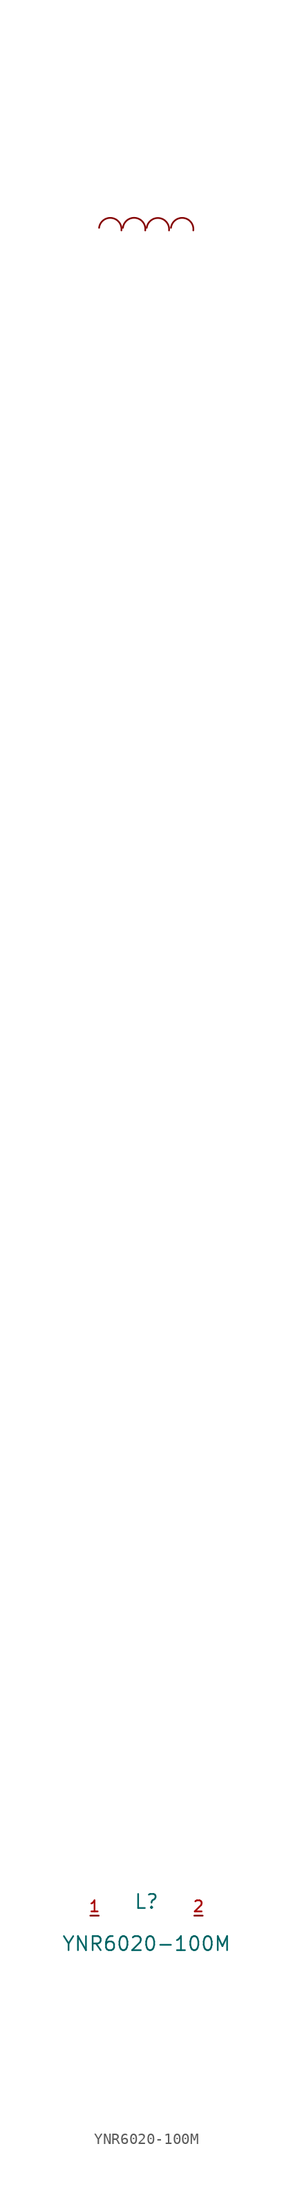
<source format=kicad_sym>
(kicad_symbol_lib
  (version 20210201)
  (generator TousstNicolas/JLC2KiCad_lib)
  (symbol "YNR6020-100M"
    (pin_names hide)
    (property "Reference" "L"
      (at 0 1.27 0)
      (effects (font (size 1.27 1.27))))
    (property "Value" "YNR6020-100M"
      (at 0 -2.54 0)
      (effects (font (size 1.27 1.27))))
    (symbol "YNR6020-100M_0_1"
      (pin unspecified line (at 5.08 -0.0 180) (length 0.762) (name "2" (effects (font (size 1 1)))) (number "2" (effects (font (size 1 1)))))
      (pin unspecified line (at -5.08 -0.0 0) (length 0.762) (name "1" (effects (font (size 1 1)))) (number "1" (effects (font (size 1 1)))))
      (arc (start -2.2674329047940223 152.2661993749378) (mid -3.1590111605613322 153.3929684160086) (end -4.285780201632179 152.50139016024133) (stroke (width 0) (type default) (color 0 0 0 0)) (fill (type none)))
      (arc (start -0.11354180781655247 152.26464496392856) (mid -1.0048024524285284 153.3916652601437) (end -2.131822737142127 152.50040460098776) (stroke (width 0) (type default) (color 0 0 0 0)) (fill (type none)))
      (arc (start 2.0378424949520313 152.26464496392856) (mid 1.1465818503400553 153.3916652601437) (end 0.019561565626456494 152.50040460098776) (stroke (width 0) (type default) (color 0 0 0 0)) (fill (type none)))
      (arc (start 4.231170015864312 152.26619907095466) (mid 3.3395921290251422 153.39296842066645) (end 2.212822795584769 152.5013905132636) (stroke (width 0) (type default) (color 0 0 0 0)) (fill (type none))))))
</source>
